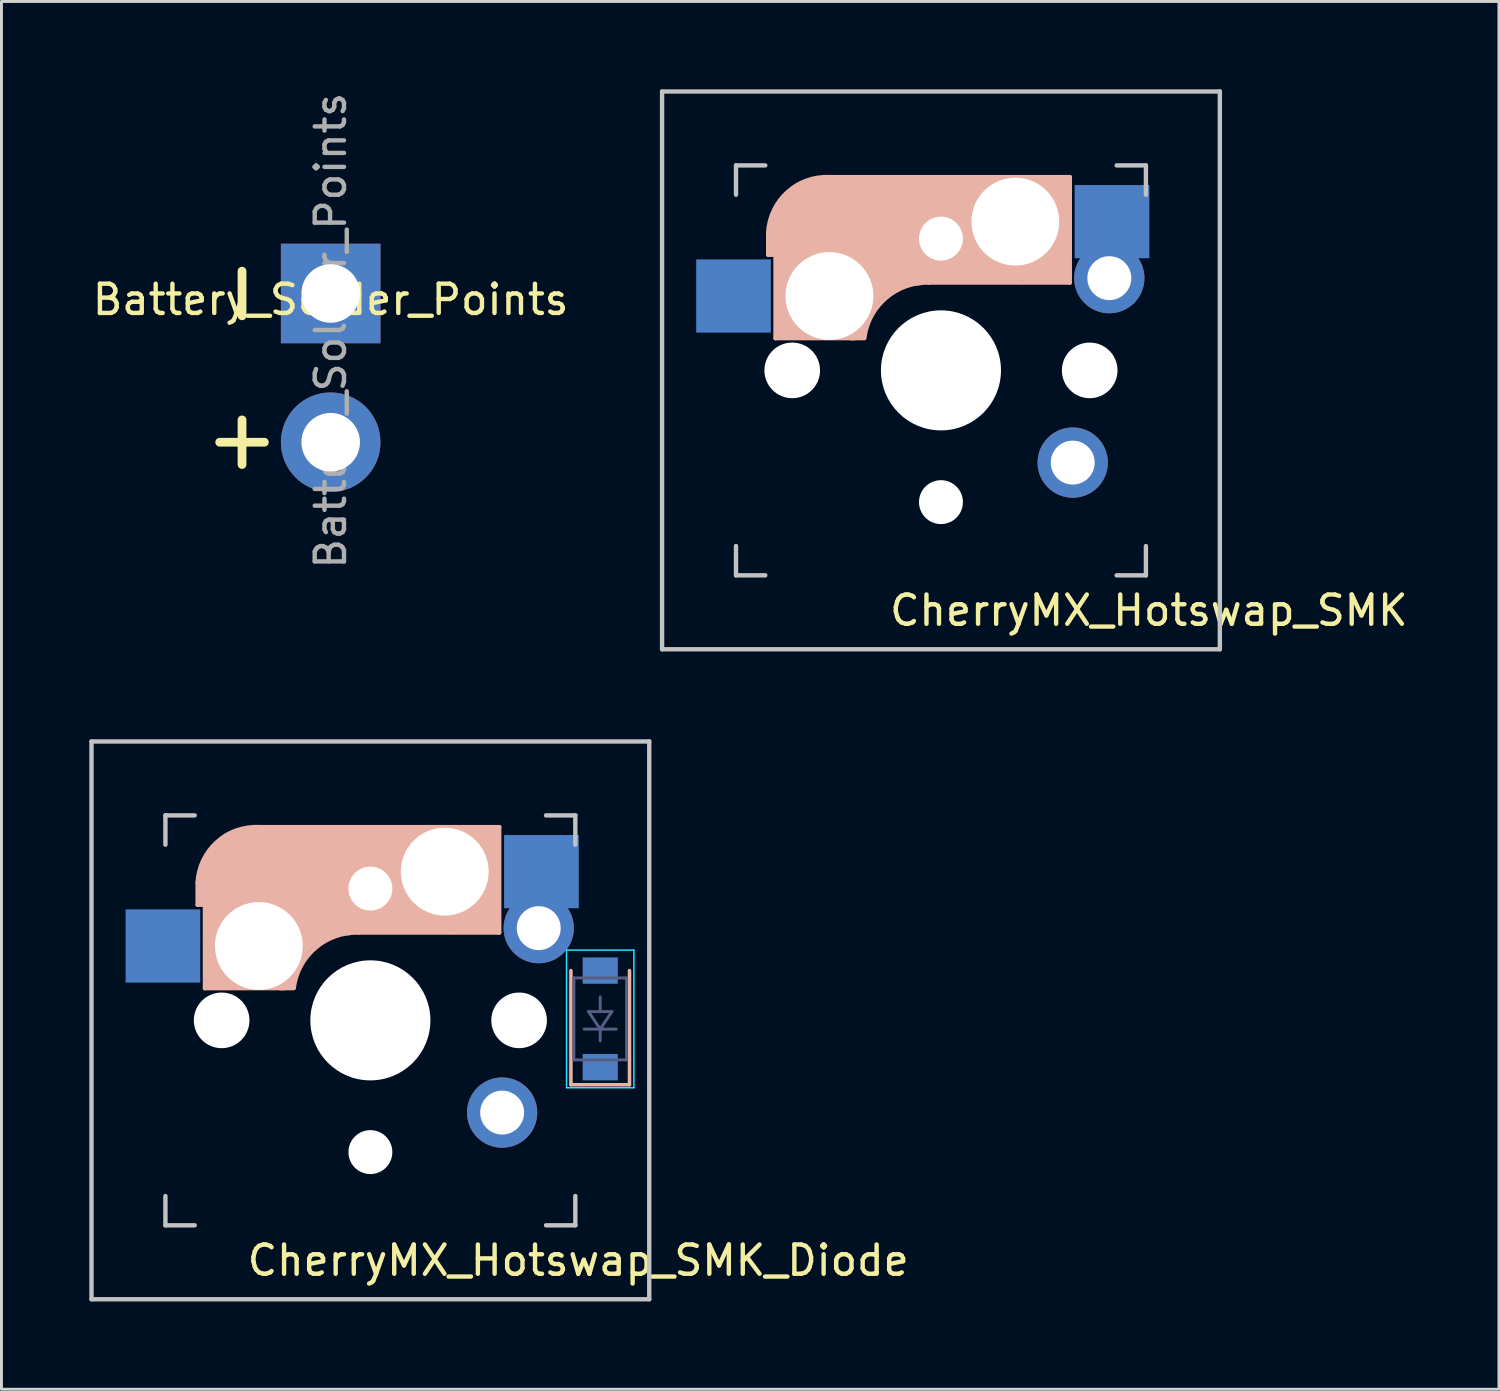
<source format=kicad_pcb>
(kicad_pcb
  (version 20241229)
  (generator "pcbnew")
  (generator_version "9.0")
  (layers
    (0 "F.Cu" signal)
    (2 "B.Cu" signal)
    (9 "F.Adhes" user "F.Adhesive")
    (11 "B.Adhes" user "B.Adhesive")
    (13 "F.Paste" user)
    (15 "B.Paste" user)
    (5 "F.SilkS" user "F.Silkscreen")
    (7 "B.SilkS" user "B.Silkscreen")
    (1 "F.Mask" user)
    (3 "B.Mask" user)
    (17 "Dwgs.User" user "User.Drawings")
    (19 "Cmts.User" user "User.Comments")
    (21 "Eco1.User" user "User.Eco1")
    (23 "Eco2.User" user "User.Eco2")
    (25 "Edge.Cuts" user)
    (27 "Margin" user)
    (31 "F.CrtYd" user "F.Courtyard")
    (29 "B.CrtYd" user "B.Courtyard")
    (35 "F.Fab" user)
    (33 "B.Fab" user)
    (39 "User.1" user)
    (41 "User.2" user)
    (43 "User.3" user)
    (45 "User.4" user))
  (footprint "CherryMX_Hotswap_SMK"
    (layer "F.Cu")
    (at 29.088 9.6)
    (property "Reference" "CherryMX_Hotswap_SMK" (at 7.1 8.2 0) (layer "F.SilkS") (effects (font (size 1 1) (thickness 0.15))))
    (attr through_hole)
    (fp_line (start -5.9 -4.7) (end -5.9 -3.95) (stroke (width 0.15) (type solid)) (layer "B.SilkS"))
    (fp_line (start -5.9 -3.95) (end -5.7 -3.95) (stroke (width 0.15) (type solid)) (layer "B.SilkS"))
    (fp_line (start -5.8 -4.05) (end -5.8 -4.7) (stroke (width 0.3) (type solid)) (layer "B.SilkS"))
    (fp_line (start -5.65 -5.55) (end -5.65 -1.1) (stroke (width 0.15) (type solid)) (layer "B.SilkS"))
    (fp_line (start -5.65 -1.1) (end -2.62 -1.1) (stroke (width 0.15) (type solid)) (layer "B.SilkS"))
    (fp_line (start -5.45 -1.3) (end -3 -1.3) (stroke (width 0.5) (type solid)) (layer "B.SilkS"))
    (fp_line (start -5.3 -1.6) (end -5.3 -3.4) (stroke (width 0.8) (type solid)) (layer "B.SilkS"))
    (fp_line (start -4.17 -5.1) (end -4.17 -2.86) (stroke (width 3) (type solid)) (layer "B.SilkS"))
    (fp_line (start -0.4 -3) (end 4.4 -3) (stroke (width 0.15) (type solid)) (layer "B.SilkS"))
    (fp_line (start 2.6 -4.8) (end -4.1 -4.8) (stroke (width 3.5) (type solid)) (layer "B.SilkS"))
    (fp_line (start 3.9 -6) (end 3.9 -3.5) (stroke (width 1) (type solid)) (layer "B.SilkS"))
    (fp_line (start 4.2 -3.25) (end 2.9 -3.3) (stroke (width 0.5) (type solid)) (layer "B.SilkS"))
    (fp_line (start 4.25 -6.4) (end 3 -6.4) (stroke (width 0.4) (type solid)) (layer "B.SilkS"))
    (fp_line (start 4.38 -4) (end 4.38 -6.25) (stroke (width 0.15) (type solid)) (layer "B.SilkS"))
    (fp_line (start 4.4 -6.6) (end -3.8 -6.6) (stroke (width 0.15) (type solid)) (layer "B.SilkS"))
    (fp_line (start 4.4 -3) (end 4.4 -6.6) (stroke (width 0.15) (type solid)) (layer "B.SilkS"))
    (fp_arc (start -5.9 -4.699999) (mid -5.243504 -6.084924) (end -3.800001 -6.6) (stroke (width 0.15) (type solid)) (layer "B.SilkS"))
    (fp_arc (start -3.016318 -1.521471) (mid -2.268709 -2.886118) (end -0.8 -3.4) (stroke (width 1) (type solid)) (layer "B.SilkS"))
    (fp_arc (start -2.616318 -1.121471) (mid -1.868709 -2.486118) (end -0.4 -3) (stroke (width 0.15) (type solid)) (layer "B.SilkS"))
    (fp_line (start -9.525 -9.525) (end 9.525 -9.525) (stroke (width 0.15) (type solid)) (layer "Dwgs.User"))
    (fp_line (start -9.525 9.525) (end -9.525 -9.525) (stroke (width 0.15) (type solid)) (layer "Dwgs.User"))
    (fp_line (start -7 -7) (end -6 -7) (stroke (width 0.15) (type solid)) (layer "Dwgs.User"))
    (fp_line (start -7 -6) (end -7 -7) (stroke (width 0.15) (type solid)) (layer "Dwgs.User"))
    (fp_line (start -7 6) (end -7 7) (stroke (width 0.15) (type solid)) (layer "Dwgs.User"))
    (fp_line (start -7 7) (end -6 7) (stroke (width 0.15) (type solid)) (layer "Dwgs.User"))
    (fp_line (start 6 7) (end 7 7) (stroke (width 0.15) (type solid)) (layer "Dwgs.User"))
    (fp_line (start 7 -7) (end 6 -7) (stroke (width 0.15) (type solid)) (layer "Dwgs.User"))
    (fp_line (start 7 -7) (end 7 -6) (stroke (width 0.15) (type solid)) (layer "Dwgs.User"))
    (fp_line (start 7 7) (end 7 6) (stroke (width 0.15) (type solid)) (layer "Dwgs.User"))
    (fp_line (start 9.525 -9.525) (end 9.525 9.525) (stroke (width 0.15) (type solid)) (layer "Dwgs.User"))
    (fp_line (start 9.525 9.525) (end -9.525 9.525) (stroke (width 0.15) (type solid)) (layer "Dwgs.User"))
    (pad "" np_thru_hole circle (at -5.08 0) (size 1.9 1.9) (drill 1.9) (layers "*.Cu" "*.Mask"))
    (pad "" np_thru_hole circle (at -3.81 -2.54) (size 3 3) (drill 3) (layers "*.Cu" "*.Mask"))
    (pad "" np_thru_hole circle (at 0 -4.5 270) (size 1.5 1.5) (drill 1.5) (layers "*.Cu" "*.Mask"))
    (pad "" np_thru_hole circle (at 0 0 90) (size 4.1 4.1) (drill 4.1) (layers "*.Cu" "*.Mask"))
    (pad "" np_thru_hole circle (at 0 4.5 90) (size 1.5 1.5) (drill 1.5) (layers "*.Cu" "*.Mask"))
    (pad "" np_thru_hole circle (at 2.54 -5.08) (size 3 3) (drill 3) (layers "*.Cu" "*.Mask"))
    (pad "" np_thru_hole circle (at 5.08 0) (size 1.9 1.9) (drill 1.9) (layers "*.Cu" "*.Mask"))
    (pad "1" smd rect (at -7.085 -2.54 180) (size 2.55 2.5) (layers "B.Cu" "B.Mask" "B.Paste"))
    (pad "1" thru_hole circle (at 4.5 3.15 90) (size 2.4 2.4) (drill 1.5) (layers "*.Cu" "*.Mask"))
    (pad "2" thru_hole circle (at 5.75 -3.15 90) (size 2.4 2.4) (drill 1.5) (layers "*.Cu" "*.Mask"))
    (pad "2" smd rect (at 5.842 -5.08 180) (size 2.55 2.5) (layers "B.Cu" "B.Mask" "B.Paste")))
  (footprint "Battery_Solder_Points"
    (layer "F.Cu")
    (at 8.244 9.514)
    (property "Reference" "Battery_Solder_Points" (at 0 -2.33 0) (layer "F.SilkS") (effects (font (size 1 1) (thickness 0.15))))
    (attr through_hole)
    (fp_text user "+" (at -3.175 2.54 270) (layer "F.SilkS") (effects (font (size 2 2) (thickness 0.3))))
    (fp_text user "-" (at -3.175 -2.54 270) (layer "F.SilkS") (effects (font (size 2 2) (thickness 0.3))))
    (fp_text user "${REFERENCE}" (at 0 -1.27 270) (layer "F.Fab") (effects (font (size 1 1) (thickness 0.15))))
    (pad "1" thru_hole rect (at 0 -2.54) (size 3.4 3.4) (drill 2) (layers "*.Cu" "*.Mask"))
    (pad "2" thru_hole oval (at 0 2.54) (size 3.4 3.4) (drill 2) (layers "*.Cu" "*.Mask")))
  (footprint "CherryMX_Hotswap_SMK_Diode"
    (layer "F.Cu")
    (at 9.6 31.8)
    (property "Reference" "CherryMX_Hotswap_SMK_Diode" (at 7.1 8.2 0) (layer "F.SilkS") (effects (font (size 1 1) (thickness 0.15))))
    (attr through_hole)
    (fp_line (start -5.9 -4.7) (end -5.9 -3.95) (stroke (width 0.15) (type solid)) (layer "B.SilkS"))
    (fp_line (start -5.9 -3.95) (end -5.7 -3.95) (stroke (width 0.15) (type solid)) (layer "B.SilkS"))
    (fp_line (start -5.8 -4.05) (end -5.8 -4.7) (stroke (width 0.3) (type solid)) (layer "B.SilkS"))
    (fp_line (start -5.65 -5.55) (end -5.65 -1.1) (stroke (width 0.15) (type solid)) (layer "B.SilkS"))
    (fp_line (start -5.65 -1.1) (end -2.62 -1.1) (stroke (width 0.15) (type solid)) (layer "B.SilkS"))
    (fp_line (start -5.45 -1.3) (end -3 -1.3) (stroke (width 0.5) (type solid)) (layer "B.SilkS"))
    (fp_line (start -5.3 -1.6) (end -5.3 -3.4) (stroke (width 0.8) (type solid)) (layer "B.SilkS"))
    (fp_line (start -4.17 -5.1) (end -4.17 -2.86) (stroke (width 3) (type solid)) (layer "B.SilkS"))
    (fp_line (start -0.4 -3) (end 4.4 -3) (stroke (width 0.15) (type solid)) (layer "B.SilkS"))
    (fp_line (start 2.6 -4.8) (end -4.1 -4.8) (stroke (width 3.5) (type solid)) (layer "B.SilkS"))
    (fp_line (start 3.9 -6) (end 3.9 -3.5) (stroke (width 1) (type solid)) (layer "B.SilkS"))
    (fp_line (start 4.2 -3.25) (end 2.9 -3.3) (stroke (width 0.5) (type solid)) (layer "B.SilkS"))
    (fp_line (start 4.25 -6.4) (end 3 -6.4) (stroke (width 0.4) (type solid)) (layer "B.SilkS"))
    (fp_line (start 4.38 -4) (end 4.38 -6.25) (stroke (width 0.15) (type solid)) (layer "B.SilkS"))
    (fp_line (start 4.4 -6.6) (end -3.8 -6.6) (stroke (width 0.15) (type solid)) (layer "B.SilkS"))
    (fp_line (start 4.4 -3) (end 4.4 -6.6) (stroke (width 0.15) (type solid)) (layer "B.SilkS"))
    (fp_line (start 6.85 2.2) (end 6.85 -1.7) (stroke (width 0.12) (type solid)) (layer "B.SilkS"))
    (fp_line (start 8.85 2.2) (end 6.85 2.2) (stroke (width 0.12) (type solid)) (layer "B.SilkS"))
    (fp_line (start 8.85 2.2) (end 8.85 -1.7) (stroke (width 0.12) (type solid)) (layer "B.SilkS"))
    (fp_arc (start -5.9 -4.699999) (mid -5.243504 -6.084924) (end -3.800001 -6.6) (stroke (width 0.15) (type solid)) (layer "B.SilkS"))
    (fp_arc (start -3.016318 -1.521471) (mid -2.268709 -2.886118) (end -0.8 -3.4) (stroke (width 1) (type solid)) (layer "B.SilkS"))
    (fp_arc (start -2.616318 -1.121471) (mid -1.868709 -2.486118) (end -0.4 -3) (stroke (width 0.15) (type solid)) (layer "B.SilkS"))
    (fp_line (start -9.525 -9.525) (end 9.525 -9.525) (stroke (width 0.15) (type solid)) (layer "Dwgs.User"))
    (fp_line (start -9.525 9.525) (end -9.525 -9.525) (stroke (width 0.15) (type solid)) (layer "Dwgs.User"))
    (fp_line (start -7 -7) (end -6 -7) (stroke (width 0.15) (type solid)) (layer "Dwgs.User"))
    (fp_line (start -7 -6) (end -7 -7) (stroke (width 0.15) (type solid)) (layer "Dwgs.User"))
    (fp_line (start -7 6) (end -7 7) (stroke (width 0.15) (type solid)) (layer "Dwgs.User"))
    (fp_line (start -7 7) (end -6 7) (stroke (width 0.15) (type solid)) (layer "Dwgs.User"))
    (fp_line (start 6 7) (end 7 7) (stroke (width 0.15) (type solid)) (layer "Dwgs.User"))
    (fp_line (start 7 -7) (end 6 -7) (stroke (width 0.15) (type solid)) (layer "Dwgs.User"))
    (fp_line (start 7 -7) (end 7 -6) (stroke (width 0.15) (type solid)) (layer "Dwgs.User"))
    (fp_line (start 7 7) (end 7 6) (stroke (width 0.15) (type solid)) (layer "Dwgs.User"))
    (fp_line (start 9.525 -9.525) (end 9.525 9.525) (stroke (width 0.15) (type solid)) (layer "Dwgs.User"))
    (fp_line (start 9.525 9.525) (end -9.525 9.525) (stroke (width 0.15) (type solid)) (layer "Dwgs.User"))
    (fp_line (start 6.7 -2.4) (end 6.7 2.3) (stroke (width 0.05) (type solid)) (layer "B.CrtYd"))
    (fp_line (start 9 -2.4) (end 6.7 -2.4) (stroke (width 0.05) (type solid)) (layer "B.CrtYd"))
    (fp_line (start 9 2.3) (end 6.7 2.3) (stroke (width 0.05) (type solid)) (layer "B.CrtYd"))
    (fp_line (start 9 2.3) (end 9 -2.4) (stroke (width 0.05) (type solid)) (layer "B.CrtYd"))
    (fp_line (start 6.95 -1.45) (end 6.95 1.35) (stroke (width 0.1) (type solid)) (layer "B.Fab"))
    (fp_line (start 6.95 1.35) (end 8.75 1.35) (stroke (width 0.1) (type solid)) (layer "B.Fab"))
    (fp_line (start 7.45 -0.3) (end 7.85 0.3) (stroke (width 0.1) (type solid)) (layer "B.Fab"))
    (fp_line (start 7.85 -0.3) (end 7.85 -0.8) (stroke (width 0.1) (type solid)) (layer "B.Fab"))
    (fp_line (start 7.85 0.3) (end 7.3 0.3) (stroke (width 0.1) (type solid)) (layer "B.Fab"))
    (fp_line (start 7.85 0.3) (end 8.25 -0.3) (stroke (width 0.1) (type solid)) (layer "B.Fab"))
    (fp_line (start 7.85 0.3) (end 8.4 0.3) (stroke (width 0.1) (type solid)) (layer "B.Fab"))
    (fp_line (start 7.85 0.7) (end 7.85 0.3) (stroke (width 0.1) (type solid)) (layer "B.Fab"))
    (fp_line (start 8.25 -0.3) (end 7.45 -0.3) (stroke (width 0.1) (type solid)) (layer "B.Fab"))
    (fp_line (start 8.75 -1.45) (end 6.95 -1.45) (stroke (width 0.1) (type solid)) (layer "B.Fab"))
    (fp_line (start 8.75 1.35) (end 8.75 -1.45) (stroke (width 0.1) (type solid)) (layer "B.Fab"))
    (pad "" np_thru_hole circle (at -5.08 0) (size 1.9 1.9) (drill 1.9) (layers "*.Cu" "*.Mask"))
    (pad "" np_thru_hole circle (at -3.81 -2.54) (size 3 3) (drill 3) (layers "*.Cu" "*.Mask"))
    (pad "" np_thru_hole circle (at 0 -4.5 270) (size 1.5 1.5) (drill 1.5) (layers "*.Cu" "*.Mask"))
    (pad "" np_thru_hole circle (at 0 0 90) (size 4.1 4.1) (drill 4.1) (layers "*.Cu" "*.Mask"))
    (pad "" np_thru_hole circle (at 0 4.5 90) (size 1.5 1.5) (drill 1.5) (layers "*.Cu" "*.Mask"))
    (pad "" np_thru_hole circle (at 2.54 -5.08) (size 3 3) (drill 3) (layers "*.Cu" "*.Mask"))
    (pad "" np_thru_hole circle (at 5.08 0) (size 1.9 1.9) (drill 1.9) (layers "*.Cu" "*.Mask"))
    (pad "1" smd rect (at -7.085 -2.54 180) (size 2.55 2.5) (layers "B.Cu" "B.Mask" "B.Paste"))
    (pad "1" thru_hole circle (at 4.5 3.15 90) (size 2.4 2.4) (drill 1.5) (layers "*.Cu" "*.Mask"))
    (pad "2" thru_hole circle (at 5.75 -3.15 90) (size 2.4 2.4) (drill 1.5) (layers "*.Cu" "*.Mask"))
    (pad "2" smd rect (at 5.842 -5.08 180) (size 2.55 2.5) (layers "B.Cu" "B.Mask" "B.Paste"))
    (pad "2" smd rect (at 7.85 -1.7 90) (size 0.9 1.2) (layers "B.Cu" "B.Mask" "B.Paste"))
    (pad "3" smd rect (at 7.85 1.6 90) (size 0.9 1.2) (layers "B.Cu" "B.Mask" "B.Paste")))
  (gr_rect
    (start -3 -3)
    (end 48.146 44.4)
    (stroke (width 0.1) (type default))
    (fill no)
    (layer "Edge.Cuts")))
</source>
